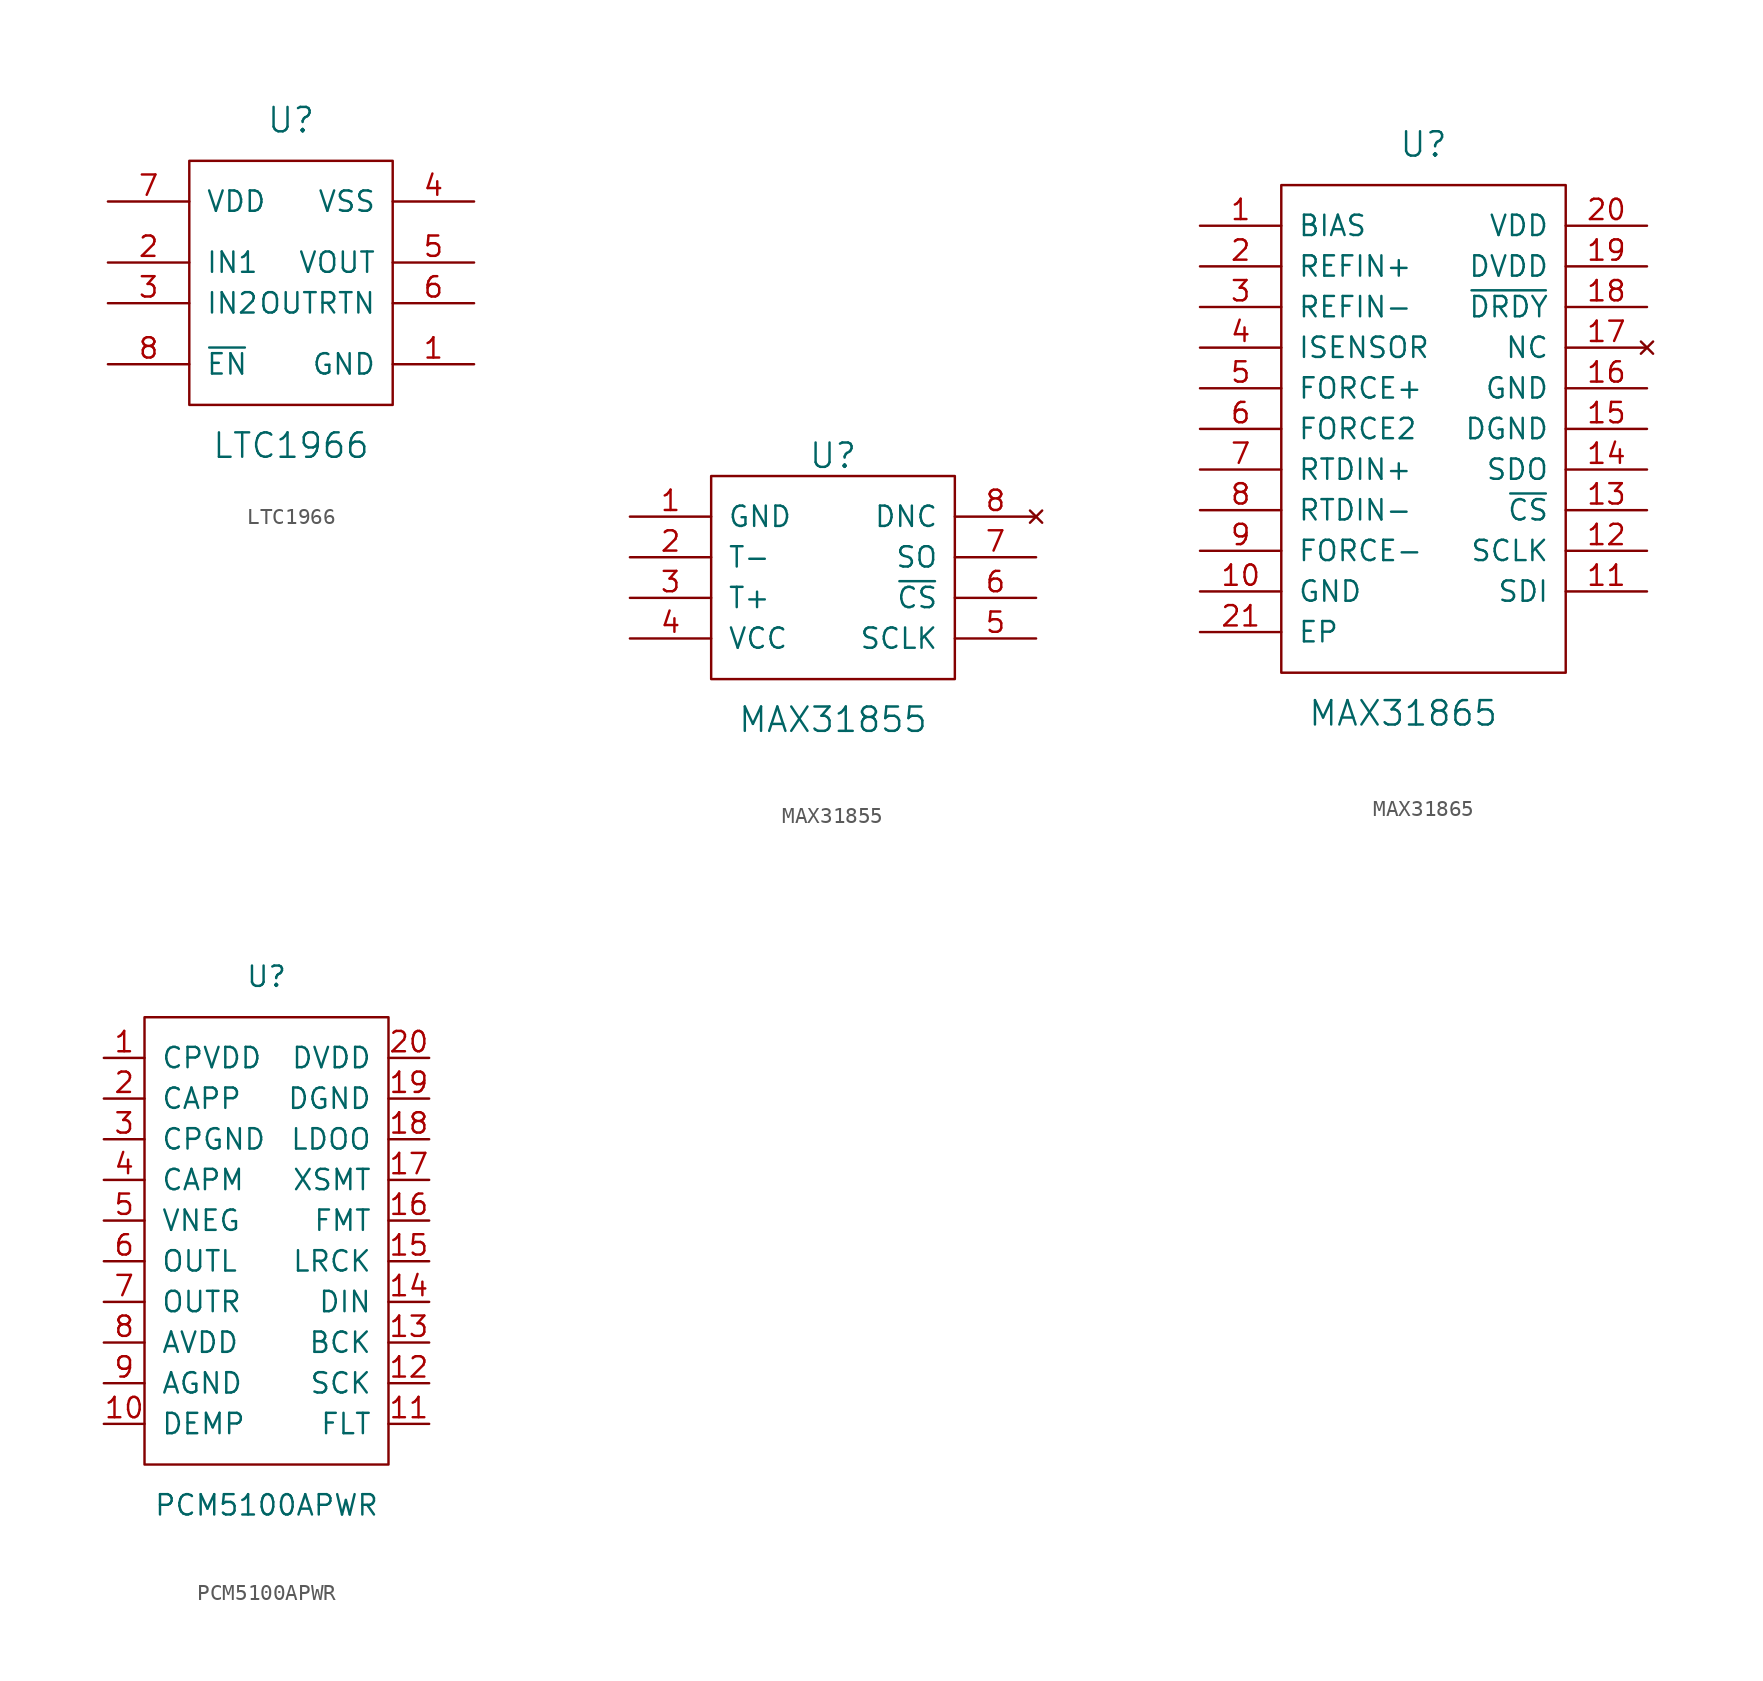
<source format=kicad_sym>
(kicad_symbol_lib
  (version 20201005)
  (generator kicad_symbol_editor)
  (symbol "LTC1966"
    (pin_names
      (offset 1.016))
    (property "Reference" "U"
      (at 0 10.16 0)
      (effects (font (size 1.524 1.524))))
    (property "Value" "LTC1966"
      (at 0 -10.16 0)
      (effects (font (size 1.524 1.524))))
    (symbol "LTC1966_0_1"
      (rectangle (start -6.35 7.62) (end 6.35 -7.62) (stroke (width 0)) (fill (type none))))
    (symbol "LTC1966_1_1"
      (pin power_in line (at 11.43 -5.08 180) (length 5.08) (name "GND" (effects (font (size 1.27 1.27)))) (number "1" (effects (font (size 1.27 1.27)))))
      (pin input line (at -11.43 1.27 0) (length 5.08) (name "IN1" (effects (font (size 1.27 1.27)))) (number "2" (effects (font (size 1.27 1.27)))))
      (pin input line (at -11.43 -1.27 0) (length 5.08) (name "IN2" (effects (font (size 1.27 1.27)))) (number "3" (effects (font (size 1.27 1.27)))))
      (pin power_in line (at 11.43 5.08 180) (length 5.08) (name "VSS" (effects (font (size 1.27 1.27)))) (number "4" (effects (font (size 1.27 1.27)))))
      (pin output line (at 11.43 1.27 180) (length 5.08) (name "VOUT" (effects (font (size 1.27 1.27)))) (number "5" (effects (font (size 1.27 1.27)))))
      (pin output line (at 11.43 -1.27 180) (length 5.08) (name "OUTRTN" (effects (font (size 1.27 1.27)))) (number "6" (effects (font (size 1.27 1.27)))))
      (pin power_in line (at -11.43 5.08 0) (length 5.08) (name "VDD" (effects (font (size 1.27 1.27)))) (number "7" (effects (font (size 1.27 1.27)))))
      (pin power_in line (at -11.43 -5.08 0) (length 5.08) (name "~EN" (effects (font (size 1.27 1.27)))) (number "8" (effects (font (size 1.27 1.27)))))))
  (symbol "MAX31855"
    (pin_names
      (offset 1.016))
    (property "Reference" "U"
      (at 0 7.62 0)
      (effects (font (size 1.524 1.524))))
    (property "Value" "MAX31855"
      (at 0 -8.89 0)
      (effects (font (size 1.524 1.524))))
    (property "Footprint" ""
      (at -3.81 27.94 0)
      (effects (font (size 1.524 1.524))))
    (symbol "MAX31855_0_1"
      (rectangle (start -7.62 6.35) (end 7.62 -6.35) (stroke (width 0)) (fill (type none))))
    (symbol "MAX31855_1_1"
      (pin power_in line (at -12.7 3.81 0) (length 5.08) (name "GND" (effects (font (size 1.27 1.27)))) (number "1" (effects (font (size 1.27 1.27)))))
      (pin input line (at -12.7 1.27 0) (length 5.08) (name "T-" (effects (font (size 1.27 1.27)))) (number "2" (effects (font (size 1.27 1.27)))))
      (pin input line (at -12.7 -1.27 0) (length 5.08) (name "T+" (effects (font (size 1.27 1.27)))) (number "3" (effects (font (size 1.27 1.27)))))
      (pin power_in line (at -12.7 -3.81 0) (length 5.08) (name "VCC" (effects (font (size 1.27 1.27)))) (number "4" (effects (font (size 1.27 1.27)))))
      (pin input line (at 12.7 -3.81 180) (length 5.08) (name "SCLK" (effects (font (size 1.27 1.27)))) (number "5" (effects (font (size 1.27 1.27)))))
      (pin input line (at 12.7 -1.27 180) (length 5.08) (name "~CS" (effects (font (size 1.27 1.27)))) (number "6" (effects (font (size 1.27 1.27)))))
      (pin output line (at 12.7 1.27 180) (length 5.08) (name "SO" (effects (font (size 1.27 1.27)))) (number "7" (effects (font (size 1.27 1.27)))))
      (pin unconnected line (at 12.7 3.81 180) (length 5.08) (name "DNC" (effects (font (size 1.27 1.27)))) (number "8" (effects (font (size 1.27 1.27)))))))
  (symbol "MAX31865"
    (pin_names
      (offset 1.016))
    (property "Reference" "U"
      (at 0 17.78 0)
      (effects (font (size 1.524 1.524))))
    (property "Value" "MAX31865"
      (at -1.27 -17.78 0)
      (effects (font (size 1.524 1.524))))
    (symbol "MAX31865_0_1"
      (rectangle (start -8.89 15.24) (end 8.89 -15.24) (stroke (width 0)) (fill (type none))))
    (symbol "MAX31865_1_1"
      (pin power_out line (at -13.97 12.7 0) (length 5.08) (name "BIAS" (effects (font (size 1.27 1.27)))) (number "1" (effects (font (size 1.27 1.27)))))
      (pin power_in line (at -13.97 -10.16 0) (length 5.08) (name "GND" (effects (font (size 1.27 1.27)))) (number "10" (effects (font (size 1.27 1.27)))))
      (pin input line (at 13.97 -10.16 180) (length 5.08) (name "SDI" (effects (font (size 1.27 1.27)))) (number "11" (effects (font (size 1.27 1.27)))))
      (pin input line (at 13.97 -7.62 180) (length 5.08) (name "SCLK" (effects (font (size 1.27 1.27)))) (number "12" (effects (font (size 1.27 1.27)))))
      (pin input line (at 13.97 -5.08 180) (length 5.08) (name "~CS" (effects (font (size 1.27 1.27)))) (number "13" (effects (font (size 1.27 1.27)))))
      (pin output line (at 13.97 -2.54 180) (length 5.08) (name "SDO" (effects (font (size 1.27 1.27)))) (number "14" (effects (font (size 1.27 1.27)))))
      (pin power_in line (at 13.97 0 180) (length 5.08) (name "DGND" (effects (font (size 1.27 1.27)))) (number "15" (effects (font (size 1.27 1.27)))))
      (pin power_in line (at 13.97 2.54 180) (length 5.08) (name "GND" (effects (font (size 1.27 1.27)))) (number "16" (effects (font (size 1.27 1.27)))))
      (pin unconnected line (at 13.97 5.08 180) (length 5.08) (name "NC" (effects (font (size 1.27 1.27)))) (number "17" (effects (font (size 1.27 1.27)))))
      (pin input line (at 13.97 7.62 180) (length 5.08) (name "~DRDY" (effects (font (size 1.27 1.27)))) (number "18" (effects (font (size 1.27 1.27)))))
      (pin power_in line (at 13.97 10.16 180) (length 5.08) (name "DVDD" (effects (font (size 1.27 1.27)))) (number "19" (effects (font (size 1.27 1.27)))))
      (pin input line (at -13.97 10.16 0) (length 5.08) (name "REFIN+" (effects (font (size 1.27 1.27)))) (number "2" (effects (font (size 1.27 1.27)))))
      (pin power_in line (at 13.97 12.7 180) (length 5.08) (name "VDD" (effects (font (size 1.27 1.27)))) (number "20" (effects (font (size 1.27 1.27)))))
      (pin passive line (at -13.97 -12.7 0) (length 5.08) (name "EP" (effects (font (size 1.27 1.27)))) (number "21" (effects (font (size 1.27 1.27)))))
      (pin input line (at -13.97 7.62 0) (length 5.08) (name "REFIN-" (effects (font (size 1.27 1.27)))) (number "3" (effects (font (size 1.27 1.27)))))
      (pin input line (at -13.97 5.08 0) (length 5.08) (name "ISENSOR" (effects (font (size 1.27 1.27)))) (number "4" (effects (font (size 1.27 1.27)))))
      (pin output line (at -13.97 2.54 0) (length 5.08) (name "FORCE+" (effects (font (size 1.27 1.27)))) (number "5" (effects (font (size 1.27 1.27)))))
      (pin input line (at -13.97 0 0) (length 5.08) (name "FORCE2" (effects (font (size 1.27 1.27)))) (number "6" (effects (font (size 1.27 1.27)))))
      (pin input line (at -13.97 -2.54 0) (length 5.08) (name "RTDIN+" (effects (font (size 1.27 1.27)))) (number "7" (effects (font (size 1.27 1.27)))))
      (pin input line (at -13.97 -5.08 0) (length 5.08) (name "RTDIN-" (effects (font (size 1.27 1.27)))) (number "8" (effects (font (size 1.27 1.27)))))
      (pin input line (at -13.97 -7.62 0) (length 5.08) (name "FORCE-" (effects (font (size 1.27 1.27)))) (number "9" (effects (font (size 1.27 1.27)))))))
  (symbol "PCM5100APWR"
    (pin_names
      (offset 1.016))
    (property "Reference" "U"
      (at 0 16.51 0)
      (effects (font (size 1.27 1.27))))
    (property "Value" "PCM5100APWR"
      (at 0 -16.51 0)
      (effects (font (size 1.27 1.27))))
    (symbol "PCM5100APWR_0_1"
      (rectangle (start -7.62 13.97) (end 7.62 -13.97) (stroke (width 0)) (fill (type none))))
    (symbol "PCM5100APWR_1_1"
      (pin power_in line (at -10.16 11.43 0) (length 2.54) (name "CPVDD" (effects (font (size 1.27 1.27)))) (number "1" (effects (font (size 1.27 1.27)))))
      (pin input line (at -10.16 -11.43 0) (length 2.54) (name "DEMP" (effects (font (size 1.27 1.27)))) (number "10" (effects (font (size 1.27 1.27)))))
      (pin input line (at 10.16 -11.43 180) (length 2.54) (name "FLT" (effects (font (size 1.27 1.27)))) (number "11" (effects (font (size 1.27 1.27)))))
      (pin input line (at 10.16 -8.89 180) (length 2.54) (name "SCK" (effects (font (size 1.27 1.27)))) (number "12" (effects (font (size 1.27 1.27)))))
      (pin input line (at 10.16 -6.35 180) (length 2.54) (name "BCK" (effects (font (size 1.27 1.27)))) (number "13" (effects (font (size 1.27 1.27)))))
      (pin input line (at 10.16 -3.81 180) (length 2.54) (name "DIN" (effects (font (size 1.27 1.27)))) (number "14" (effects (font (size 1.27 1.27)))))
      (pin input line (at 10.16 -1.27 180) (length 2.54) (name "LRCK" (effects (font (size 1.27 1.27)))) (number "15" (effects (font (size 1.27 1.27)))))
      (pin input line (at 10.16 1.27 180) (length 2.54) (name "FMT" (effects (font (size 1.27 1.27)))) (number "16" (effects (font (size 1.27 1.27)))))
      (pin input line (at 10.16 3.81 180) (length 2.54) (name "XSMT" (effects (font (size 1.27 1.27)))) (number "17" (effects (font (size 1.27 1.27)))))
      (pin power_out line (at 10.16 6.35 180) (length 2.54) (name "LDOO" (effects (font (size 1.27 1.27)))) (number "18" (effects (font (size 1.27 1.27)))))
      (pin power_in line (at 10.16 8.89 180) (length 2.54) (name "DGND" (effects (font (size 1.27 1.27)))) (number "19" (effects (font (size 1.27 1.27)))))
      (pin output line (at -10.16 8.89 0) (length 2.54) (name "CAPP" (effects (font (size 1.27 1.27)))) (number "2" (effects (font (size 1.27 1.27)))))
      (pin power_in line (at 10.16 11.43 180) (length 2.54) (name "DVDD" (effects (font (size 1.27 1.27)))) (number "20" (effects (font (size 1.27 1.27)))))
      (pin passive line (at -10.16 6.35 0) (length 2.54) (name "CPGND" (effects (font (size 1.27 1.27)))) (number "3" (effects (font (size 1.27 1.27)))))
      (pin output line (at -10.16 3.81 0) (length 2.54) (name "CAPM" (effects (font (size 1.27 1.27)))) (number "4" (effects (font (size 1.27 1.27)))))
      (pin output line (at -10.16 1.27 0) (length 2.54) (name "VNEG" (effects (font (size 1.27 1.27)))) (number "5" (effects (font (size 1.27 1.27)))))
      (pin output line (at -10.16 -1.27 0) (length 2.54) (name "OUTL" (effects (font (size 1.27 1.27)))) (number "6" (effects (font (size 1.27 1.27)))))
      (pin output line (at -10.16 -3.81 0) (length 2.54) (name "OUTR" (effects (font (size 1.27 1.27)))) (number "7" (effects (font (size 1.27 1.27)))))
      (pin power_in line (at -10.16 -6.35 0) (length 2.54) (name "AVDD" (effects (font (size 1.27 1.27)))) (number "8" (effects (font (size 1.27 1.27)))))
      (pin power_in line (at -10.16 -8.89 0) (length 2.54) (name "AGND" (effects (font (size 1.27 1.27)))) (number "9" (effects (font (size 1.27 1.27))))))))
</source>
